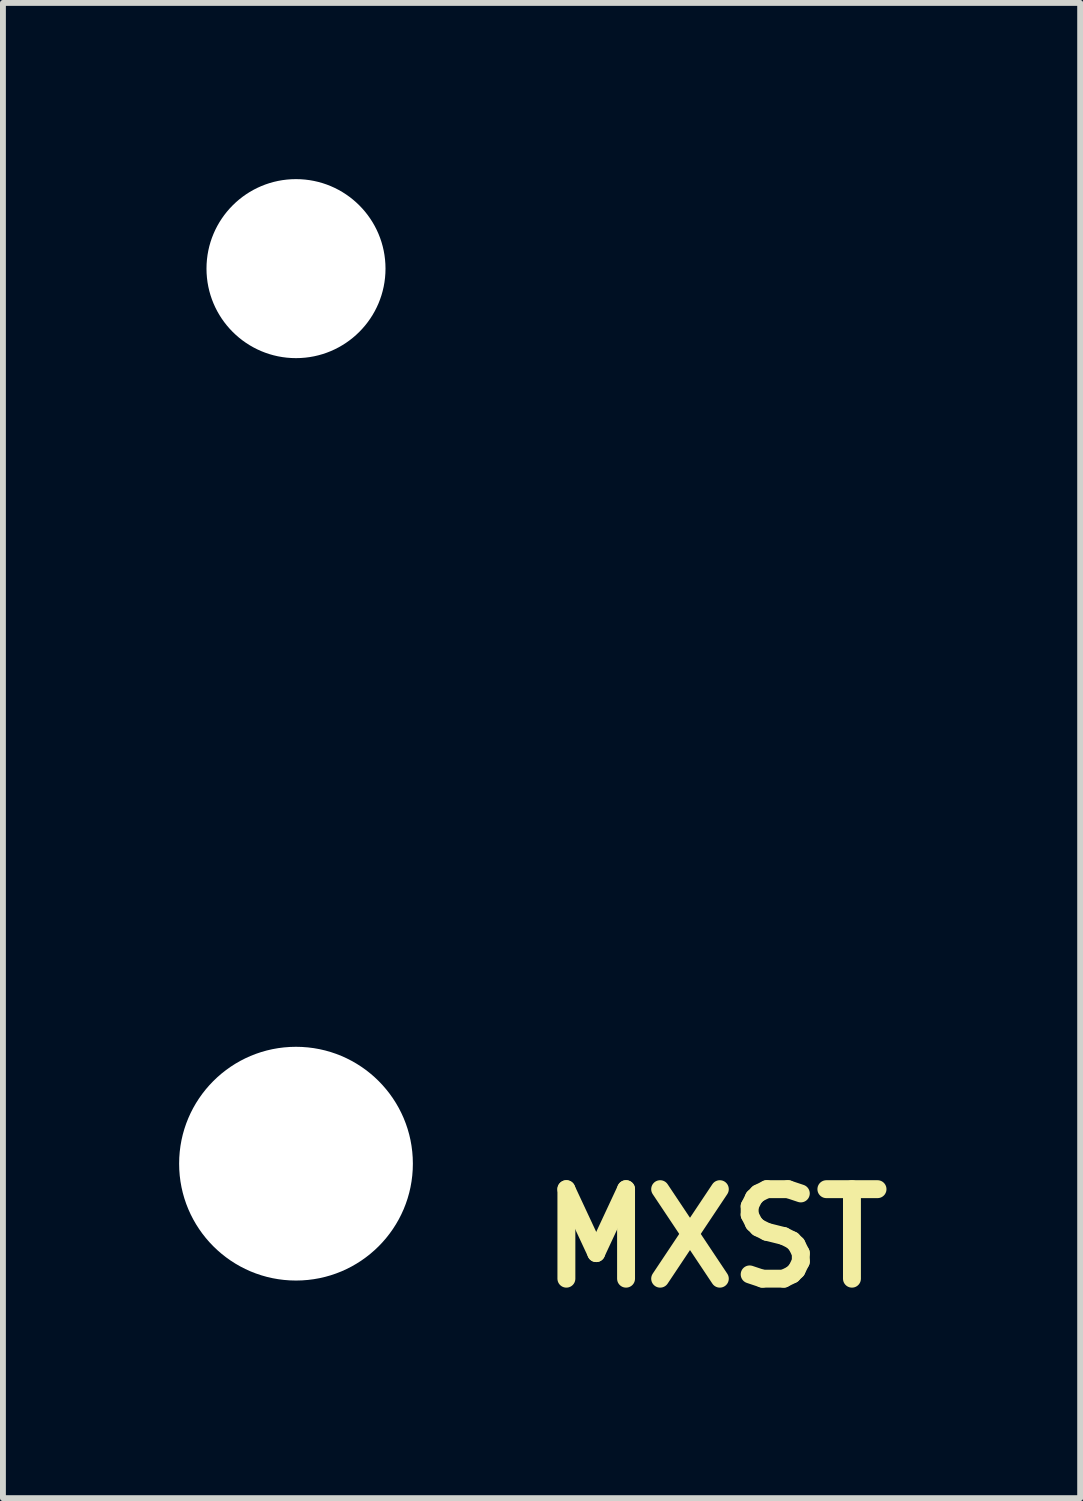
<source format=kicad_pcb>
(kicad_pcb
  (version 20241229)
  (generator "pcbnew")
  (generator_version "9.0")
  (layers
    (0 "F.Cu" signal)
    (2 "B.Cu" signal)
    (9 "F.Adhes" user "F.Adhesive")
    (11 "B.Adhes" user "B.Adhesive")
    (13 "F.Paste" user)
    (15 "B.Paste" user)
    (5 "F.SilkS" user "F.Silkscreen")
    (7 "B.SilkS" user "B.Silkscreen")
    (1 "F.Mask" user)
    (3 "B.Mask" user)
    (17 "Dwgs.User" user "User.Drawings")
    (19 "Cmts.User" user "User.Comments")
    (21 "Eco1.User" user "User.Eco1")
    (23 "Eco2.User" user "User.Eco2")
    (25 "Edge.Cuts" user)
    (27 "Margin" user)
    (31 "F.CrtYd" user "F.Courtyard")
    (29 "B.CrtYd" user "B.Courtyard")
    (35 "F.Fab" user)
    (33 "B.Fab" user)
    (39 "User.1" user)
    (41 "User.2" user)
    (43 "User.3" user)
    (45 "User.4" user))
  (footprint "MXST"
    (layer "F.Cu")
    (at 1.99 8.509)
    (property "Reference" "MXST" (at 7.144 9.524 0) (layer "F.SilkS") (effects (font (size 1.524 1.524) (thickness 0.305))))
    (attr through_hole)
    (pad "" np_thru_hole circle (at 0 -6.985) (size 3.048 3.048) (drill 3.048) (layers "*.Cu" "*.Mask"))
    (pad "" np_thru_hole circle (at 0 8.255) (size 3.98 3.98) (drill 3.98) (layers "*.Cu" "*.Mask")))
  (gr_rect
    (start -3 -3)
    (end 15.342 22.459)
    (stroke (width 0.1) (type default))
    (fill no)
    (layer "Edge.Cuts")))
</source>
